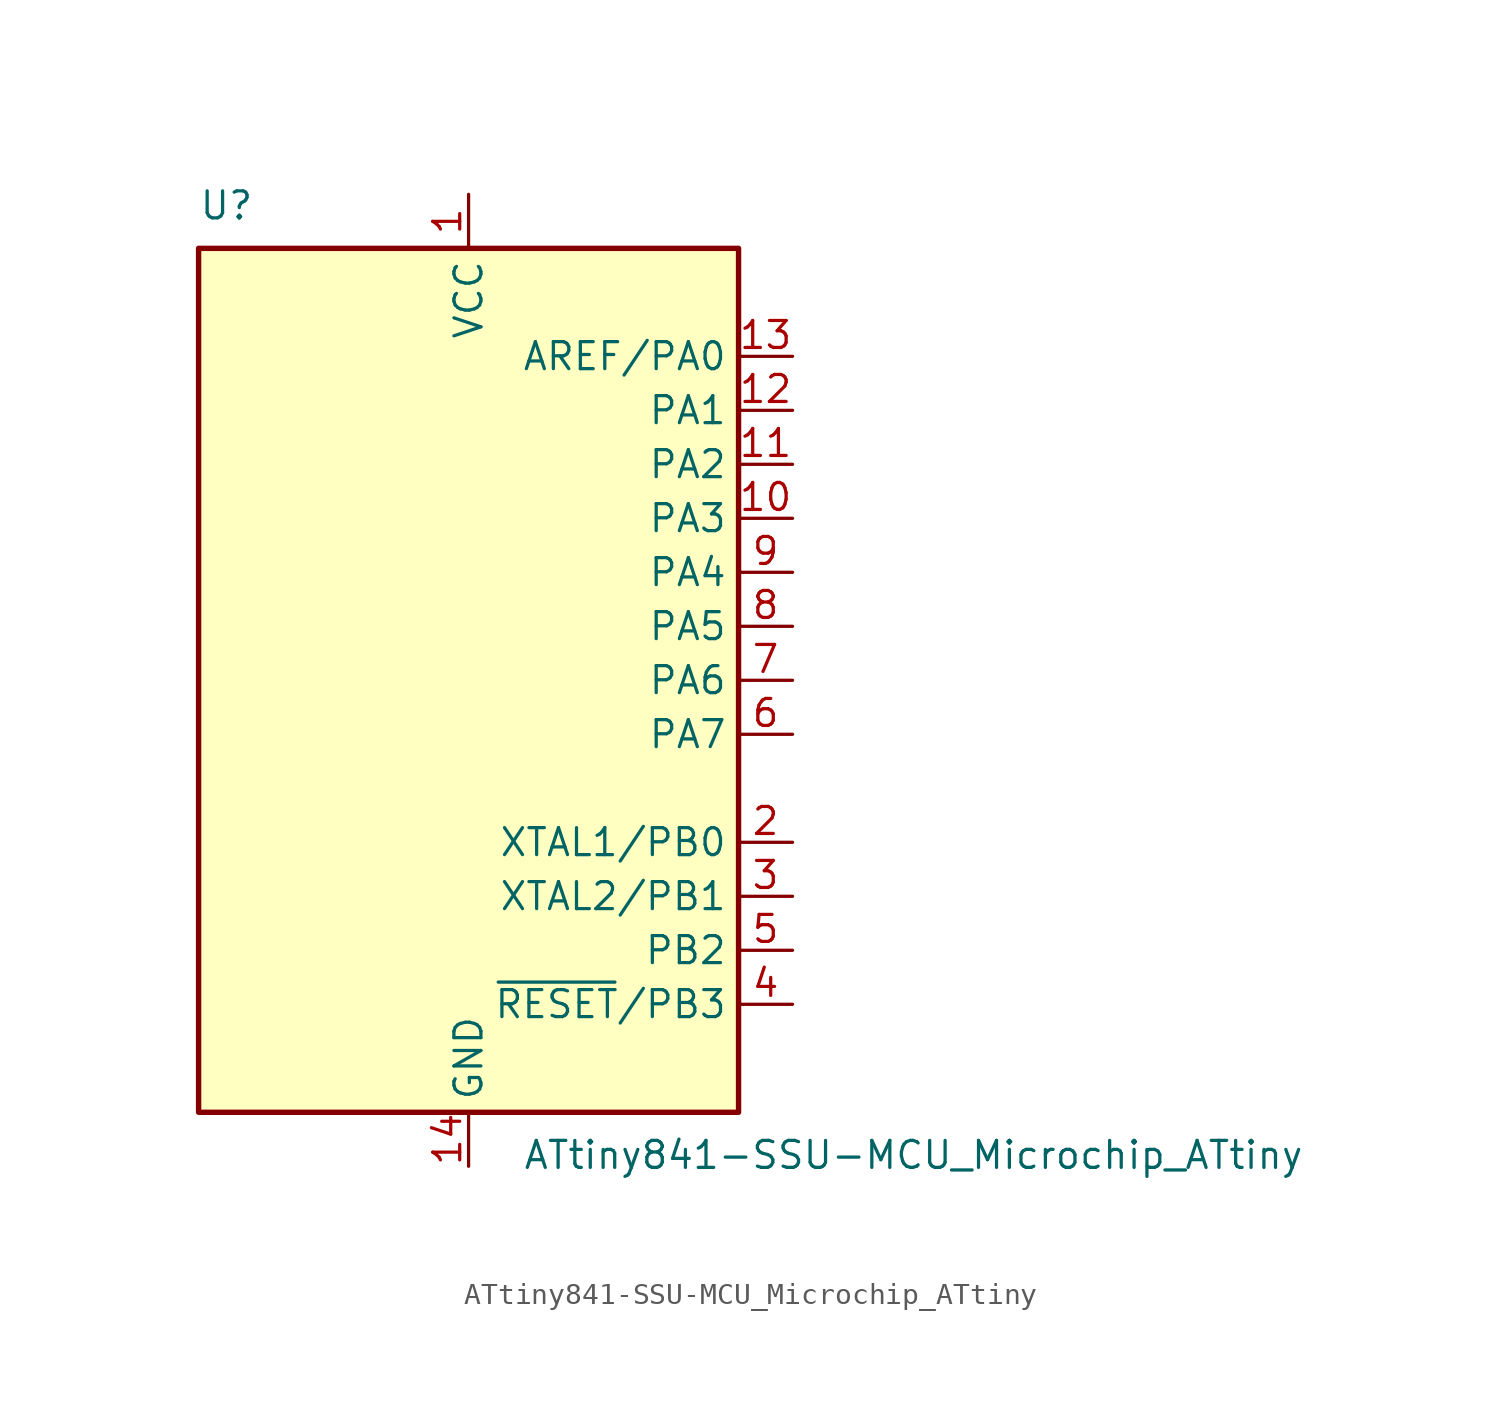
<source format=kicad_sym>
(kicad_symbol_lib
  (version 20211014)
  (generator kicad_symbol_editor)
  (symbol "ATtiny841-SSU-MCU_Microchip_ATtiny"
    (property "Reference" "U"
      (at -12.7 21.59 0)
      (effects (font (size 1.27 1.27)) (justify left bottom)))
    (property "Value" "ATtiny841-SSU-MCU_Microchip_ATtiny"
      (at 2.54 -21.59 0)
      (effects (font (size 1.27 1.27)) (justify left top)))
    (symbol "ATtiny841-SSU-MCU_Microchip_ATtiny_0_1"
      (rectangle (start -12.7 -20.32) (end 12.7 20.32) (stroke (width 0.254) (type default) (color 0 0 0 0)) (fill (type background))))
    (symbol "ATtiny841-SSU-MCU_Microchip_ATtiny_1_1"
      (pin power_in line (at 0 22.86 270) (length 2.54) (name "VCC" (effects (font (size 1.27 1.27)))) (number "1" (effects (font (size 1.27 1.27)))))
      (pin bidirectional line (at 15.24 7.62 180) (length 2.54) (name "PA3" (effects (font (size 1.27 1.27)))) (number "10" (effects (font (size 1.27 1.27)))))
      (pin bidirectional line (at 15.24 10.16 180) (length 2.54) (name "PA2" (effects (font (size 1.27 1.27)))) (number "11" (effects (font (size 1.27 1.27)))))
      (pin bidirectional line (at 15.24 12.7 180) (length 2.54) (name "PA1" (effects (font (size 1.27 1.27)))) (number "12" (effects (font (size 1.27 1.27)))))
      (pin bidirectional line (at 15.24 15.24 180) (length 2.54) (name "AREF/PA0" (effects (font (size 1.27 1.27)))) (number "13" (effects (font (size 1.27 1.27)))))
      (pin power_in line (at 0 -22.86 90) (length 2.54) (name "GND" (effects (font (size 1.27 1.27)))) (number "14" (effects (font (size 1.27 1.27)))))
      (pin bidirectional line (at 15.24 -7.62 180) (length 2.54) (name "XTAL1/PB0" (effects (font (size 1.27 1.27)))) (number "2" (effects (font (size 1.27 1.27)))))
      (pin bidirectional line (at 15.24 -10.16 180) (length 2.54) (name "XTAL2/PB1" (effects (font (size 1.27 1.27)))) (number "3" (effects (font (size 1.27 1.27)))))
      (pin bidirectional line (at 15.24 -15.24 180) (length 2.54) (name "~{RESET}/PB3" (effects (font (size 1.27 1.27)))) (number "4" (effects (font (size 1.27 1.27)))))
      (pin bidirectional line (at 15.24 -12.7 180) (length 2.54) (name "PB2" (effects (font (size 1.27 1.27)))) (number "5" (effects (font (size 1.27 1.27)))))
      (pin bidirectional line (at 15.24 -2.54 180) (length 2.54) (name "PA7" (effects (font (size 1.27 1.27)))) (number "6" (effects (font (size 1.27 1.27)))))
      (pin bidirectional line (at 15.24 0 180) (length 2.54) (name "PA6" (effects (font (size 1.27 1.27)))) (number "7" (effects (font (size 1.27 1.27)))))
      (pin bidirectional line (at 15.24 2.54 180) (length 2.54) (name "PA5" (effects (font (size 1.27 1.27)))) (number "8" (effects (font (size 1.27 1.27)))))
      (pin bidirectional line (at 15.24 5.08 180) (length 2.54) (name "PA4" (effects (font (size 1.27 1.27)))) (number "9" (effects (font (size 1.27 1.27))))))))
</source>
